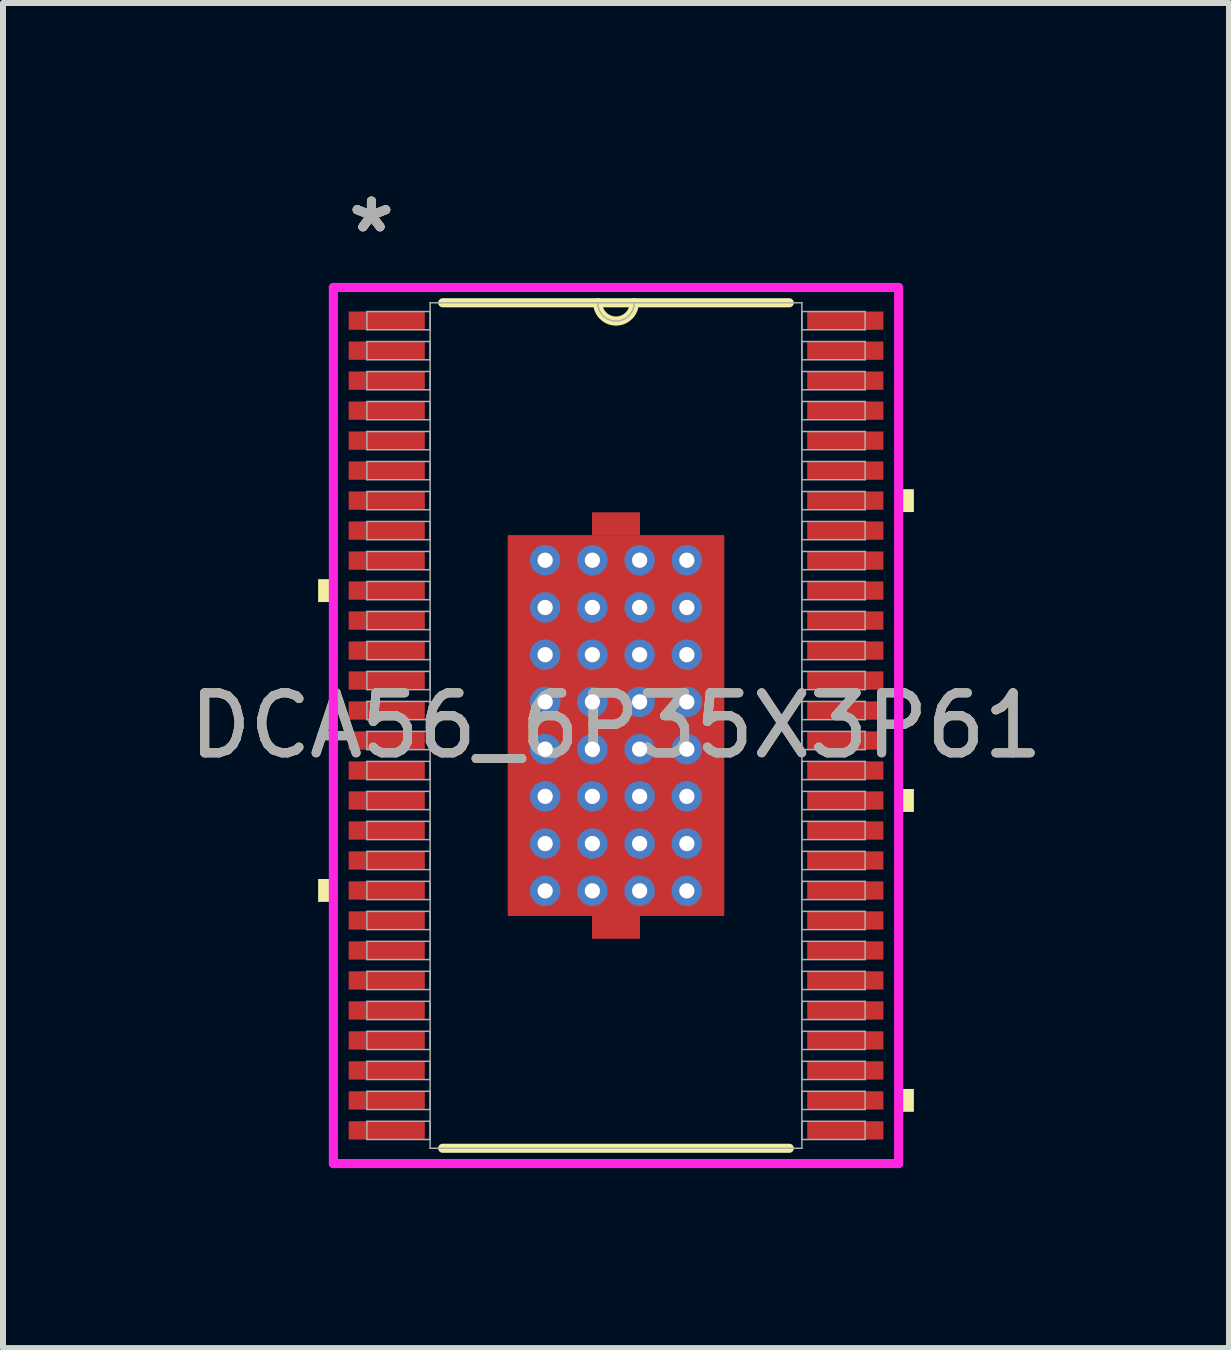
<source format=kicad_pcb>
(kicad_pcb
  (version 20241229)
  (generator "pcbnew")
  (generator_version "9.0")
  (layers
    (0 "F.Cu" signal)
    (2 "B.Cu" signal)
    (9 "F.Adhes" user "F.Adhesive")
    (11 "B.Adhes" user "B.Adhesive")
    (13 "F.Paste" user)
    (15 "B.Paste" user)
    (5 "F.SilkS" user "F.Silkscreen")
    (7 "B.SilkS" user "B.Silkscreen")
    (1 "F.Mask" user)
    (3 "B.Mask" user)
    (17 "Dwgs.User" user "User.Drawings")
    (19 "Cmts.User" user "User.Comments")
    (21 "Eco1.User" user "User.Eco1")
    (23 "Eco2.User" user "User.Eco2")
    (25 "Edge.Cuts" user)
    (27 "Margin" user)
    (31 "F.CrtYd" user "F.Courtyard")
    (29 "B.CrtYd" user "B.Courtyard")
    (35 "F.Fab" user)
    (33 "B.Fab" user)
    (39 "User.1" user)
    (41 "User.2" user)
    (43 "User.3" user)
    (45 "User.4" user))
  (footprint "DCA56_6P35X3P61"
    (layer "F.Cu")
    (at 7.22 9.046)
    (property "Reference" "DCA56_6P35X3P61" (at 0 0 0) (unlocked yes) (layer "F.SilkS") (effects (font (size 1 1) (thickness 0.15))))
    (attr smd)
    (fp_poly (pts (xy -0.4 -3.175) (xy -0.4 -3.555) (xy 0.4 -3.555) (xy 0.4 -3.175)) (stroke (width 0) (type solid)) (fill yes) (layer "F.Cu"))
    (fp_poly (pts (xy -0.4 3.175) (xy -0.4 3.555) (xy 0.4 3.555) (xy 0.4 3.175)) (stroke (width 0) (type solid)) (fill yes) (layer "F.Cu"))
    (fp_poly (pts (xy -1.869 -3.239) (xy -1.381 -3.239) (xy -1.381 3.239) (xy -1.869 3.239)) (stroke (width 0) (type solid)) (fill yes) (layer "F.Mask"))
    (fp_poly (pts (xy -1.869 -3.239) (xy 1.869 -3.239) (xy 1.869 -2.956) (xy -1.869 -2.956)) (stroke (width 0) (type solid)) (fill yes) (layer "F.Mask"))
    (fp_poly (pts (xy -1.869 -2.556) (xy 1.869 -2.556) (xy 1.869 -2.168) (xy -1.869 -2.168)) (stroke (width 0) (type solid)) (fill yes) (layer "F.Mask"))
    (fp_poly (pts (xy -1.869 -1.768) (xy 1.869 -1.768) (xy 1.869 -1.381) (xy -1.869 -1.381)) (stroke (width 0) (type solid)) (fill yes) (layer "F.Mask"))
    (fp_poly (pts (xy -1.869 -0.981) (xy 1.869 -0.981) (xy 1.869 -0.594) (xy -1.869 -0.594)) (stroke (width 0) (type solid)) (fill yes) (layer "F.Mask"))
    (fp_poly (pts (xy -1.869 -0.194) (xy 1.869 -0.194) (xy 1.869 0.194) (xy -1.869 0.194)) (stroke (width 0) (type solid)) (fill yes) (layer "F.Mask"))
    (fp_poly (pts (xy -1.869 0.594) (xy 1.869 0.594) (xy 1.869 0.981) (xy -1.869 0.981)) (stroke (width 0) (type solid)) (fill yes) (layer "F.Mask"))
    (fp_poly (pts (xy -1.869 1.381) (xy 1.869 1.381) (xy 1.869 1.768) (xy -1.869 1.768)) (stroke (width 0) (type solid)) (fill yes) (layer "F.Mask"))
    (fp_poly (pts (xy -1.869 2.168) (xy 1.869 2.168) (xy 1.869 2.556) (xy -1.869 2.556)) (stroke (width 0) (type solid)) (fill yes) (layer "F.Mask"))
    (fp_poly (pts (xy -1.869 2.956) (xy 1.869 2.956) (xy 1.869 3.239) (xy -1.869 3.239)) (stroke (width 0) (type solid)) (fill yes) (layer "F.Mask"))
    (fp_poly (pts (xy -0.594 -3.239) (xy -0.981 -3.239) (xy -0.981 3.239) (xy -0.594 3.239)) (stroke (width 0) (type solid)) (fill yes) (layer "F.Mask"))
    (fp_poly (pts (xy -0.4 -3.175) (xy -0.4 -3.555) (xy 0.4 -3.555) (xy 0.4 -3.175)) (stroke (width 0) (type solid)) (fill yes) (layer "F.Mask"))
    (fp_poly (pts (xy -0.4 3.175) (xy -0.4 3.555) (xy 0.4 3.555) (xy 0.4 3.175)) (stroke (width 0) (type solid)) (fill yes) (layer "F.Mask"))
    (fp_poly (pts (xy 0.194 -3.239) (xy -0.194 -3.239) (xy -0.194 3.239) (xy 0.194 3.239)) (stroke (width 0) (type solid)) (fill yes) (layer "F.Mask"))
    (fp_poly (pts (xy 0.981 -3.239) (xy 0.594 -3.239) (xy 0.594 3.239) (xy 0.981 3.239)) (stroke (width 0) (type solid)) (fill yes) (layer "F.Mask"))
    (fp_poly (pts (xy 1.381 -3.239) (xy 1.869 -3.239) (xy 1.869 3.239) (xy 1.381 3.239)) (stroke (width 0) (type solid)) (fill yes) (layer "F.Mask"))
    (fp_line (start -2.889 7.048) (end 2.889 7.048) (stroke (width 0.152) (type solid)) (layer "F.SilkS"))
    (fp_line (start 2.889 -7.048) (end -2.889 -7.048) (stroke (width 0.152) (type solid)) (layer "F.SilkS"))
    (fp_arc (start 0.3048 -7.0485) (mid 0 -6.7437) (end -0.3048 -7.0485) (stroke (width 0.1524) (type solid)) (layer "F.SilkS"))
    (fp_poly (pts (xy -4.966 -2.44) (xy -4.966 -2.059) (xy -4.712 -2.059) (xy -4.712 -2.44)) (stroke (width 0) (type solid)) (fill yes) (layer "F.SilkS"))
    (fp_poly (pts (xy -4.966 2.559) (xy -4.966 2.94) (xy -4.712 2.94) (xy -4.712 2.559)) (stroke (width 0) (type solid)) (fill yes) (layer "F.SilkS"))
    (fp_poly (pts (xy 4.966 -3.94) (xy 4.966 -3.559) (xy 4.712 -3.559) (xy 4.712 -3.94)) (stroke (width 0) (type solid)) (fill yes) (layer "F.SilkS"))
    (fp_poly (pts (xy 4.966 1.059) (xy 4.966 1.44) (xy 4.712 1.44) (xy 4.712 1.059)) (stroke (width 0) (type solid)) (fill yes) (layer "F.SilkS"))
    (fp_poly (pts (xy 4.966 6.059) (xy 4.966 6.44) (xy 4.712 6.44) (xy 4.712 6.059)) (stroke (width 0) (type solid)) (fill yes) (layer "F.SilkS"))
    (fp_poly (pts (xy -1.73 -3.1) (xy -1.73 -2.856) (xy -1.423 -2.856) (xy -1.281 -2.997) (xy -1.281 -3.1)) (stroke (width 0) (type solid)) (fill yes) (layer "F.Paste"))
    (fp_poly (pts (xy -1.73 2.856) (xy -1.73 3.1) (xy -1.281 3.1) (xy -1.281 2.997) (xy -1.423 2.856)) (stroke (width 0) (type solid)) (fill yes) (layer "F.Paste"))
    (fp_poly (pts (xy 1.281 -3.1) (xy 1.281 -2.997) (xy 1.423 -2.856) (xy 1.73 -2.856) (xy 1.73 -3.1)) (stroke (width 0) (type solid)) (fill yes) (layer "F.Paste"))
    (fp_poly (pts (xy 1.423 2.856) (xy 1.281 2.997) (xy 1.281 3.1) (xy 1.73 3.1) (xy 1.73 2.856)) (stroke (width 0) (type solid)) (fill yes) (layer "F.Paste"))
    (fp_poly (pts (xy -1.73 -2.656) (xy -1.73 -2.068) (xy -1.423 -2.068) (xy -1.281 -2.21) (xy -1.281 -2.514) (xy -1.423 -2.656)) (stroke (width 0) (type solid)) (fill yes) (layer "F.Paste"))
    (fp_poly (pts (xy -1.73 -1.869) (xy -1.73 -1.281) (xy -1.423 -1.281) (xy -1.281 -1.423) (xy -1.281 -1.727) (xy -1.423 -1.869)) (stroke (width 0) (type solid)) (fill yes) (layer "F.Paste"))
    (fp_poly (pts (xy -1.73 -1.081) (xy -1.73 -0.494) (xy -1.423 -0.494) (xy -1.281 -0.635) (xy -1.281 -0.94) (xy -1.423 -1.081)) (stroke (width 0) (type solid)) (fill yes) (layer "F.Paste"))
    (fp_poly (pts (xy -1.73 -0.294) (xy -1.73 0.294) (xy -1.423 0.294) (xy -1.281 0.152) (xy -1.281 -0.152) (xy -1.423 -0.294)) (stroke (width 0) (type solid)) (fill yes) (layer "F.Paste"))
    (fp_poly (pts (xy -1.73 0.494) (xy -1.73 1.081) (xy -1.423 1.081) (xy -1.281 0.94) (xy -1.281 0.635) (xy -1.423 0.494)) (stroke (width 0) (type solid)) (fill yes) (layer "F.Paste"))
    (fp_poly (pts (xy -1.73 1.281) (xy -1.73 1.869) (xy -1.423 1.869) (xy -1.281 1.727) (xy -1.281 1.423) (xy -1.423 1.281)) (stroke (width 0) (type solid)) (fill yes) (layer "F.Paste"))
    (fp_poly (pts (xy -1.73 2.068) (xy -1.73 2.656) (xy -1.423 2.656) (xy -1.281 2.514) (xy -1.281 2.21) (xy -1.423 2.068)) (stroke (width 0) (type solid)) (fill yes) (layer "F.Paste"))
    (fp_poly (pts (xy -1.081 -3.1) (xy -1.081 -2.997) (xy -0.94 -2.856) (xy -0.635 -2.856) (xy -0.494 -2.997) (xy -0.494 -3.1)) (stroke (width 0) (type solid)) (fill yes) (layer "F.Paste"))
    (fp_poly (pts (xy -0.94 2.856) (xy -1.081 2.997) (xy -1.081 3.1) (xy -0.494 3.1) (xy -0.494 2.997) (xy -0.635 2.856)) (stroke (width 0) (type solid)) (fill yes) (layer "F.Paste"))
    (fp_poly (pts (xy -0.294 -3.1) (xy -0.294 -2.997) (xy -0.152 -2.856) (xy 0.152 -2.856) (xy 0.294 -2.997) (xy 0.294 -3.1)) (stroke (width 0) (type solid)) (fill yes) (layer "F.Paste"))
    (fp_poly (pts (xy -0.152 2.856) (xy -0.294 2.997) (xy -0.294 3.1) (xy 0.294 3.1) (xy 0.294 2.997) (xy 0.152 2.856)) (stroke (width 0) (type solid)) (fill yes) (layer "F.Paste"))
    (fp_poly (pts (xy 0.494 -3.1) (xy 0.494 -2.997) (xy 0.635 -2.856) (xy 0.94 -2.856) (xy 1.081 -2.997) (xy 1.081 -3.1)) (stroke (width 0) (type solid)) (fill yes) (layer "F.Paste"))
    (fp_poly (pts (xy 0.635 2.856) (xy 0.494 2.997) (xy 0.494 3.1) (xy 1.081 3.1) (xy 1.081 2.997) (xy 0.94 2.856)) (stroke (width 0) (type solid)) (fill yes) (layer "F.Paste"))
    (fp_poly (pts (xy 1.423 -2.656) (xy 1.281 -2.514) (xy 1.281 -2.21) (xy 1.423 -2.068) (xy 1.73 -2.068) (xy 1.73 -2.656)) (stroke (width 0) (type solid)) (fill yes) (layer "F.Paste"))
    (fp_poly (pts (xy 1.423 -1.869) (xy 1.281 -1.727) (xy 1.281 -1.423) (xy 1.423 -1.281) (xy 1.73 -1.281) (xy 1.73 -1.869)) (stroke (width 0) (type solid)) (fill yes) (layer "F.Paste"))
    (fp_poly (pts (xy 1.423 -1.081) (xy 1.281 -0.94) (xy 1.281 -0.635) (xy 1.423 -0.494) (xy 1.73 -0.494) (xy 1.73 -1.081)) (stroke (width 0) (type solid)) (fill yes) (layer "F.Paste"))
    (fp_poly (pts (xy 1.423 -0.294) (xy 1.281 -0.152) (xy 1.281 0.152) (xy 1.423 0.294) (xy 1.73 0.294) (xy 1.73 -0.294)) (stroke (width 0) (type solid)) (fill yes) (layer "F.Paste"))
    (fp_poly (pts (xy 1.423 0.494) (xy 1.281 0.635) (xy 1.281 0.94) (xy 1.423 1.081) (xy 1.73 1.081) (xy 1.73 0.494)) (stroke (width 0) (type solid)) (fill yes) (layer "F.Paste"))
    (fp_poly (pts (xy 1.423 1.281) (xy 1.281 1.423) (xy 1.281 1.727) (xy 1.423 1.869) (xy 1.73 1.869) (xy 1.73 1.281)) (stroke (width 0) (type solid)) (fill yes) (layer "F.Paste"))
    (fp_poly (pts (xy 1.423 2.068) (xy 1.281 2.21) (xy 1.281 2.514) (xy 1.423 2.656) (xy 1.73 2.656) (xy 1.73 2.068)) (stroke (width 0) (type solid)) (fill yes) (layer "F.Paste"))
    (fp_poly (pts (xy -0.94 -2.656) (xy -1.081 -2.514) (xy -1.081 -2.21) (xy -0.94 -2.068) (xy -0.635 -2.068) (xy -0.494 -2.21) (xy -0.494 -2.514) (xy -0.635 -2.656)) (stroke (width 0) (type solid)) (fill yes) (layer "F.Paste"))
    (fp_poly (pts (xy -0.94 -1.869) (xy -1.081 -1.727) (xy -1.081 -1.423) (xy -0.94 -1.281) (xy -0.635 -1.281) (xy -0.494 -1.423) (xy -0.494 -1.727) (xy -0.635 -1.869)) (stroke (width 0) (type solid)) (fill yes) (layer "F.Paste"))
    (fp_poly (pts (xy -0.94 -1.081) (xy -1.081 -0.94) (xy -1.081 -0.635) (xy -0.94 -0.494) (xy -0.635 -0.494) (xy -0.494 -0.635) (xy -0.494 -0.94) (xy -0.635 -1.081)) (stroke (width 0) (type solid)) (fill yes) (layer "F.Paste"))
    (fp_poly (pts (xy -0.94 -0.294) (xy -1.081 -0.152) (xy -1.081 0.152) (xy -0.94 0.294) (xy -0.635 0.294) (xy -0.494 0.152) (xy -0.494 -0.152) (xy -0.635 -0.294)) (stroke (width 0) (type solid)) (fill yes) (layer "F.Paste"))
    (fp_poly (pts (xy -0.94 0.494) (xy -1.081 0.635) (xy -1.081 0.94) (xy -0.94 1.081) (xy -0.635 1.081) (xy -0.494 0.94) (xy -0.494 0.635) (xy -0.635 0.494)) (stroke (width 0) (type solid)) (fill yes) (layer "F.Paste"))
    (fp_poly (pts (xy -0.94 1.281) (xy -1.081 1.423) (xy -1.081 1.727) (xy -0.94 1.869) (xy -0.635 1.869) (xy -0.494 1.727) (xy -0.494 1.423) (xy -0.635 1.281)) (stroke (width 0) (type solid)) (fill yes) (layer "F.Paste"))
    (fp_poly (pts (xy -0.94 2.068) (xy -1.081 2.21) (xy -1.081 2.514) (xy -0.94 2.656) (xy -0.635 2.656) (xy -0.494 2.514) (xy -0.494 2.21) (xy -0.635 2.068)) (stroke (width 0) (type solid)) (fill yes) (layer "F.Paste"))
    (fp_poly (pts (xy -0.152 -2.656) (xy -0.294 -2.514) (xy -0.294 -2.21) (xy -0.152 -2.068) (xy 0.152 -2.068) (xy 0.294 -2.21) (xy 0.294 -2.514) (xy 0.152 -2.656)) (stroke (width 0) (type solid)) (fill yes) (layer "F.Paste"))
    (fp_poly (pts (xy -0.152 -1.869) (xy -0.294 -1.727) (xy -0.294 -1.423) (xy -0.152 -1.281) (xy 0.152 -1.281) (xy 0.294 -1.423) (xy 0.294 -1.727) (xy 0.152 -1.869)) (stroke (width 0) (type solid)) (fill yes) (layer "F.Paste"))
    (fp_poly (pts (xy -0.152 -1.081) (xy -0.294 -0.94) (xy -0.294 -0.635) (xy -0.152 -0.494) (xy 0.152 -0.494) (xy 0.294 -0.635) (xy 0.294 -0.94) (xy 0.152 -1.081)) (stroke (width 0) (type solid)) (fill yes) (layer "F.Paste"))
    (fp_poly (pts (xy -0.152 -0.294) (xy -0.294 -0.152) (xy -0.294 0.152) (xy -0.152 0.294) (xy 0.152 0.294) (xy 0.294 0.152) (xy 0.294 -0.152) (xy 0.152 -0.294)) (stroke (width 0) (type solid)) (fill yes) (layer "F.Paste"))
    (fp_poly (pts (xy -0.152 0.494) (xy -0.294 0.635) (xy -0.294 0.94) (xy -0.152 1.081) (xy 0.152 1.081) (xy 0.294 0.94) (xy 0.294 0.635) (xy 0.152 0.494)) (stroke (width 0) (type solid)) (fill yes) (layer "F.Paste"))
    (fp_poly (pts (xy -0.152 1.281) (xy -0.294 1.423) (xy -0.294 1.727) (xy -0.152 1.869) (xy 0.152 1.869) (xy 0.294 1.727) (xy 0.294 1.423) (xy 0.152 1.281)) (stroke (width 0) (type solid)) (fill yes) (layer "F.Paste"))
    (fp_poly (pts (xy -0.152 2.068) (xy -0.294 2.21) (xy -0.294 2.514) (xy -0.152 2.656) (xy 0.152 2.656) (xy 0.294 2.514) (xy 0.294 2.21) (xy 0.152 2.068)) (stroke (width 0) (type solid)) (fill yes) (layer "F.Paste"))
    (fp_poly (pts (xy 0.635 -2.656) (xy 0.494 -2.514) (xy 0.494 -2.21) (xy 0.635 -2.068) (xy 0.94 -2.068) (xy 1.081 -2.21) (xy 1.081 -2.514) (xy 0.94 -2.656)) (stroke (width 0) (type solid)) (fill yes) (layer "F.Paste"))
    (fp_poly (pts (xy 0.635 -1.869) (xy 0.494 -1.727) (xy 0.494 -1.423) (xy 0.635 -1.281) (xy 0.94 -1.281) (xy 1.081 -1.423) (xy 1.081 -1.727) (xy 0.94 -1.869)) (stroke (width 0) (type solid)) (fill yes) (layer "F.Paste"))
    (fp_poly (pts (xy 0.635 -1.081) (xy 0.494 -0.94) (xy 0.494 -0.635) (xy 0.635 -0.494) (xy 0.94 -0.494) (xy 1.081 -0.635) (xy 1.081 -0.94) (xy 0.94 -1.081)) (stroke (width 0) (type solid)) (fill yes) (layer "F.Paste"))
    (fp_poly (pts (xy 0.635 -0.294) (xy 0.494 -0.152) (xy 0.494 0.152) (xy 0.635 0.294) (xy 0.94 0.294) (xy 1.081 0.152) (xy 1.081 -0.152) (xy 0.94 -0.294)) (stroke (width 0) (type solid)) (fill yes) (layer "F.Paste"))
    (fp_poly (pts (xy 0.635 0.494) (xy 0.494 0.635) (xy 0.494 0.94) (xy 0.635 1.081) (xy 0.94 1.081) (xy 1.081 0.94) (xy 1.081 0.635) (xy 0.94 0.494)) (stroke (width 0) (type solid)) (fill yes) (layer "F.Paste"))
    (fp_poly (pts (xy 0.635 1.281) (xy 0.494 1.423) (xy 0.494 1.727) (xy 0.635 1.869) (xy 0.94 1.869) (xy 1.081 1.727) (xy 1.081 1.423) (xy 0.94 1.281)) (stroke (width 0) (type solid)) (fill yes) (layer "F.Paste"))
    (fp_poly (pts (xy 0.635 2.068) (xy 0.494 2.21) (xy 0.494 2.514) (xy 0.635 2.656) (xy 0.94 2.656) (xy 1.081 2.514) (xy 1.081 2.21) (xy 0.94 2.068)) (stroke (width 0) (type solid)) (fill yes) (layer "F.Paste"))
    (fp_line (start -4.712 -7.303) (end 4.712 -7.303) (stroke (width 0.152) (type solid)) (layer "F.CrtYd"))
    (fp_line (start -4.712 7.303) (end -4.712 -7.303) (stroke (width 0.152) (type solid)) (layer "F.CrtYd"))
    (fp_line (start 4.712 -7.303) (end 4.712 7.303) (stroke (width 0.152) (type solid)) (layer "F.CrtYd"))
    (fp_line (start 4.712 7.303) (end -4.712 7.303) (stroke (width 0.152) (type solid)) (layer "F.CrtYd"))
    (fp_line (start -4.153 -6.902) (end -4.153 -6.598) (stroke (width 0.025) (type solid)) (layer "F.Fab"))
    (fp_line (start -4.153 -6.598) (end -3.099 -6.598) (stroke (width 0.025) (type solid)) (layer "F.Fab"))
    (fp_line (start -4.153 -6.402) (end -4.153 -6.098) (stroke (width 0.025) (type solid)) (layer "F.Fab"))
    (fp_line (start -4.153 -6.098) (end -3.099 -6.098) (stroke (width 0.025) (type solid)) (layer "F.Fab"))
    (fp_line (start -4.153 -5.902) (end -4.153 -5.598) (stroke (width 0.025) (type solid)) (layer "F.Fab"))
    (fp_line (start -4.153 -5.598) (end -3.099 -5.598) (stroke (width 0.025) (type solid)) (layer "F.Fab"))
    (fp_line (start -4.153 -5.402) (end -4.153 -5.098) (stroke (width 0.025) (type solid)) (layer "F.Fab"))
    (fp_line (start -4.153 -5.098) (end -3.099 -5.098) (stroke (width 0.025) (type solid)) (layer "F.Fab"))
    (fp_line (start -4.153 -4.902) (end -4.153 -4.598) (stroke (width 0.025) (type solid)) (layer "F.Fab"))
    (fp_line (start -4.153 -4.598) (end -3.099 -4.598) (stroke (width 0.025) (type solid)) (layer "F.Fab"))
    (fp_line (start -4.153 -4.402) (end -4.153 -4.098) (stroke (width 0.025) (type solid)) (layer "F.Fab"))
    (fp_line (start -4.153 -4.098) (end -3.099 -4.098) (stroke (width 0.025) (type solid)) (layer "F.Fab"))
    (fp_line (start -4.153 -3.902) (end -4.153 -3.598) (stroke (width 0.025) (type solid)) (layer "F.Fab"))
    (fp_line (start -4.153 -3.598) (end -3.099 -3.598) (stroke (width 0.025) (type solid)) (layer "F.Fab"))
    (fp_line (start -4.153 -3.402) (end -4.153 -3.098) (stroke (width 0.025) (type solid)) (layer "F.Fab"))
    (fp_line (start -4.153 -3.098) (end -3.099 -3.098) (stroke (width 0.025) (type solid)) (layer "F.Fab"))
    (fp_line (start -4.153 -2.902) (end -4.153 -2.598) (stroke (width 0.025) (type solid)) (layer "F.Fab"))
    (fp_line (start -4.153 -2.598) (end -3.099 -2.598) (stroke (width 0.025) (type solid)) (layer "F.Fab"))
    (fp_line (start -4.153 -2.402) (end -4.153 -2.098) (stroke (width 0.025) (type solid)) (layer "F.Fab"))
    (fp_line (start -4.153 -2.098) (end -3.099 -2.098) (stroke (width 0.025) (type solid)) (layer "F.Fab"))
    (fp_line (start -4.153 -1.902) (end -4.153 -1.598) (stroke (width 0.025) (type solid)) (layer "F.Fab"))
    (fp_line (start -4.153 -1.598) (end -3.099 -1.598) (stroke (width 0.025) (type solid)) (layer "F.Fab"))
    (fp_line (start -4.153 -1.402) (end -4.153 -1.098) (stroke (width 0.025) (type solid)) (layer "F.Fab"))
    (fp_line (start -4.153 -1.098) (end -3.099 -1.098) (stroke (width 0.025) (type solid)) (layer "F.Fab"))
    (fp_line (start -4.153 -0.902) (end -4.153 -0.598) (stroke (width 0.025) (type solid)) (layer "F.Fab"))
    (fp_line (start -4.153 -0.598) (end -3.099 -0.598) (stroke (width 0.025) (type solid)) (layer "F.Fab"))
    (fp_line (start -4.153 -0.402) (end -4.153 -0.098) (stroke (width 0.025) (type solid)) (layer "F.Fab"))
    (fp_line (start -4.153 -0.098) (end -3.099 -0.098) (stroke (width 0.025) (type solid)) (layer "F.Fab"))
    (fp_line (start -4.153 0.098) (end -4.153 0.402) (stroke (width 0.025) (type solid)) (layer "F.Fab"))
    (fp_line (start -4.153 0.402) (end -3.099 0.402) (stroke (width 0.025) (type solid)) (layer "F.Fab"))
    (fp_line (start -4.153 0.598) (end -4.153 0.902) (stroke (width 0.025) (type solid)) (layer "F.Fab"))
    (fp_line (start -4.153 0.902) (end -3.099 0.902) (stroke (width 0.025) (type solid)) (layer "F.Fab"))
    (fp_line (start -4.153 1.098) (end -4.153 1.402) (stroke (width 0.025) (type solid)) (layer "F.Fab"))
    (fp_line (start -4.153 1.402) (end -3.099 1.402) (stroke (width 0.025) (type solid)) (layer "F.Fab"))
    (fp_line (start -4.153 1.598) (end -4.153 1.902) (stroke (width 0.025) (type solid)) (layer "F.Fab"))
    (fp_line (start -4.153 1.902) (end -3.099 1.902) (stroke (width 0.025) (type solid)) (layer "F.Fab"))
    (fp_line (start -4.153 2.098) (end -4.153 2.402) (stroke (width 0.025) (type solid)) (layer "F.Fab"))
    (fp_line (start -4.153 2.402) (end -3.099 2.402) (stroke (width 0.025) (type solid)) (layer "F.Fab"))
    (fp_line (start -4.153 2.598) (end -4.153 2.902) (stroke (width 0.025) (type solid)) (layer "F.Fab"))
    (fp_line (start -4.153 2.902) (end -3.099 2.902) (stroke (width 0.025) (type solid)) (layer "F.Fab"))
    (fp_line (start -4.153 3.098) (end -4.153 3.402) (stroke (width 0.025) (type solid)) (layer "F.Fab"))
    (fp_line (start -4.153 3.402) (end -3.099 3.402) (stroke (width 0.025) (type solid)) (layer "F.Fab"))
    (fp_line (start -4.153 3.598) (end -4.153 3.902) (stroke (width 0.025) (type solid)) (layer "F.Fab"))
    (fp_line (start -4.153 3.902) (end -3.099 3.902) (stroke (width 0.025) (type solid)) (layer "F.Fab"))
    (fp_line (start -4.153 4.098) (end -4.153 4.402) (stroke (width 0.025) (type solid)) (layer "F.Fab"))
    (fp_line (start -4.153 4.402) (end -3.099 4.402) (stroke (width 0.025) (type solid)) (layer "F.Fab"))
    (fp_line (start -4.153 4.598) (end -4.153 4.902) (stroke (width 0.025) (type solid)) (layer "F.Fab"))
    (fp_line (start -4.153 4.902) (end -3.099 4.902) (stroke (width 0.025) (type solid)) (layer "F.Fab"))
    (fp_line (start -4.153 5.098) (end -4.153 5.402) (stroke (width 0.025) (type solid)) (layer "F.Fab"))
    (fp_line (start -4.153 5.402) (end -3.099 5.402) (stroke (width 0.025) (type solid)) (layer "F.Fab"))
    (fp_line (start -4.153 5.598) (end -4.153 5.902) (stroke (width 0.025) (type solid)) (layer "F.Fab"))
    (fp_line (start -4.153 5.902) (end -3.099 5.902) (stroke (width 0.025) (type solid)) (layer "F.Fab"))
    (fp_line (start -4.153 6.098) (end -4.153 6.402) (stroke (width 0.025) (type solid)) (layer "F.Fab"))
    (fp_line (start -4.153 6.402) (end -3.099 6.402) (stroke (width 0.025) (type solid)) (layer "F.Fab"))
    (fp_line (start -4.153 6.598) (end -4.153 6.902) (stroke (width 0.025) (type solid)) (layer "F.Fab"))
    (fp_line (start -4.153 6.902) (end -3.099 6.902) (stroke (width 0.025) (type solid)) (layer "F.Fab"))
    (fp_line (start -3.099 -7.048) (end -3.099 7.048) (stroke (width 0.025) (type solid)) (layer "F.Fab"))
    (fp_line (start -3.099 -6.902) (end -4.153 -6.902) (stroke (width 0.025) (type solid)) (layer "F.Fab"))
    (fp_line (start -3.099 -6.598) (end -3.099 -6.902) (stroke (width 0.025) (type solid)) (layer "F.Fab"))
    (fp_line (start -3.099 -6.402) (end -4.153 -6.402) (stroke (width 0.025) (type solid)) (layer "F.Fab"))
    (fp_line (start -3.099 -6.098) (end -3.099 -6.402) (stroke (width 0.025) (type solid)) (layer "F.Fab"))
    (fp_line (start -3.099 -5.902) (end -4.153 -5.902) (stroke (width 0.025) (type solid)) (layer "F.Fab"))
    (fp_line (start -3.099 -5.598) (end -3.099 -5.902) (stroke (width 0.025) (type solid)) (layer "F.Fab"))
    (fp_line (start -3.099 -5.402) (end -4.153 -5.402) (stroke (width 0.025) (type solid)) (layer "F.Fab"))
    (fp_line (start -3.099 -5.098) (end -3.099 -5.402) (stroke (width 0.025) (type solid)) (layer "F.Fab"))
    (fp_line (start -3.099 -4.902) (end -4.153 -4.902) (stroke (width 0.025) (type solid)) (layer "F.Fab"))
    (fp_line (start -3.099 -4.598) (end -3.099 -4.902) (stroke (width 0.025) (type solid)) (layer "F.Fab"))
    (fp_line (start -3.099 -4.402) (end -4.153 -4.402) (stroke (width 0.025) (type solid)) (layer "F.Fab"))
    (fp_line (start -3.099 -4.098) (end -3.099 -4.402) (stroke (width 0.025) (type solid)) (layer "F.Fab"))
    (fp_line (start -3.099 -3.902) (end -4.153 -3.902) (stroke (width 0.025) (type solid)) (layer "F.Fab"))
    (fp_line (start -3.099 -3.598) (end -3.099 -3.902) (stroke (width 0.025) (type solid)) (layer "F.Fab"))
    (fp_line (start -3.099 -3.402) (end -4.153 -3.402) (stroke (width 0.025) (type solid)) (layer "F.Fab"))
    (fp_line (start -3.099 -3.098) (end -3.099 -3.402) (stroke (width 0.025) (type solid)) (layer "F.Fab"))
    (fp_line (start -3.099 -2.902) (end -4.153 -2.902) (stroke (width 0.025) (type solid)) (layer "F.Fab"))
    (fp_line (start -3.099 -2.598) (end -3.099 -2.902) (stroke (width 0.025) (type solid)) (layer "F.Fab"))
    (fp_line (start -3.099 -2.402) (end -4.153 -2.402) (stroke (width 0.025) (type solid)) (layer "F.Fab"))
    (fp_line (start -3.099 -2.098) (end -3.099 -2.402) (stroke (width 0.025) (type solid)) (layer "F.Fab"))
    (fp_line (start -3.099 -1.902) (end -4.153 -1.902) (stroke (width 0.025) (type solid)) (layer "F.Fab"))
    (fp_line (start -3.099 -1.598) (end -3.099 -1.902) (stroke (width 0.025) (type solid)) (layer "F.Fab"))
    (fp_line (start -3.099 -1.402) (end -4.153 -1.402) (stroke (width 0.025) (type solid)) (layer "F.Fab"))
    (fp_line (start -3.099 -1.098) (end -3.099 -1.402) (stroke (width 0.025) (type solid)) (layer "F.Fab"))
    (fp_line (start -3.099 -0.902) (end -4.153 -0.902) (stroke (width 0.025) (type solid)) (layer "F.Fab"))
    (fp_line (start -3.099 -0.598) (end -3.099 -0.902) (stroke (width 0.025) (type solid)) (layer "F.Fab"))
    (fp_line (start -3.099 -0.402) (end -4.153 -0.402) (stroke (width 0.025) (type solid)) (layer "F.Fab"))
    (fp_line (start -3.099 -0.098) (end -3.099 -0.402) (stroke (width 0.025) (type solid)) (layer "F.Fab"))
    (fp_line (start -3.099 0.098) (end -4.153 0.098) (stroke (width 0.025) (type solid)) (layer "F.Fab"))
    (fp_line (start -3.099 0.402) (end -3.099 0.098) (stroke (width 0.025) (type solid)) (layer "F.Fab"))
    (fp_line (start -3.099 0.598) (end -4.153 0.598) (stroke (width 0.025) (type solid)) (layer "F.Fab"))
    (fp_line (start -3.099 0.902) (end -3.099 0.598) (stroke (width 0.025) (type solid)) (layer "F.Fab"))
    (fp_line (start -3.099 1.098) (end -4.153 1.098) (stroke (width 0.025) (type solid)) (layer "F.Fab"))
    (fp_line (start -3.099 1.402) (end -3.099 1.098) (stroke (width 0.025) (type solid)) (layer "F.Fab"))
    (fp_line (start -3.099 1.598) (end -4.153 1.598) (stroke (width 0.025) (type solid)) (layer "F.Fab"))
    (fp_line (start -3.099 1.902) (end -3.099 1.598) (stroke (width 0.025) (type solid)) (layer "F.Fab"))
    (fp_line (start -3.099 2.098) (end -4.153 2.098) (stroke (width 0.025) (type solid)) (layer "F.Fab"))
    (fp_line (start -3.099 2.402) (end -3.099 2.098) (stroke (width 0.025) (type solid)) (layer "F.Fab"))
    (fp_line (start -3.099 2.598) (end -4.153 2.598) (stroke (width 0.025) (type solid)) (layer "F.Fab"))
    (fp_line (start -3.099 2.902) (end -3.099 2.598) (stroke (width 0.025) (type solid)) (layer "F.Fab"))
    (fp_line (start -3.099 3.098) (end -4.153 3.098) (stroke (width 0.025) (type solid)) (layer "F.Fab"))
    (fp_line (start -3.099 3.402) (end -3.099 3.098) (stroke (width 0.025) (type solid)) (layer "F.Fab"))
    (fp_line (start -3.099 3.598) (end -4.153 3.598) (stroke (width 0.025) (type solid)) (layer "F.Fab"))
    (fp_line (start -3.099 3.902) (end -3.099 3.598) (stroke (width 0.025) (type solid)) (layer "F.Fab"))
    (fp_line (start -3.099 4.098) (end -4.153 4.098) (stroke (width 0.025) (type solid)) (layer "F.Fab"))
    (fp_line (start -3.099 4.402) (end -3.099 4.098) (stroke (width 0.025) (type solid)) (layer "F.Fab"))
    (fp_line (start -3.099 4.598) (end -4.153 4.598) (stroke (width 0.025) (type solid)) (layer "F.Fab"))
    (fp_line (start -3.099 4.902) (end -3.099 4.598) (stroke (width 0.025) (type solid)) (layer "F.Fab"))
    (fp_line (start -3.099 5.098) (end -4.153 5.098) (stroke (width 0.025) (type solid)) (layer "F.Fab"))
    (fp_line (start -3.099 5.402) (end -3.099 5.098) (stroke (width 0.025) (type solid)) (layer "F.Fab"))
    (fp_line (start -3.099 5.598) (end -4.153 5.598) (stroke (width 0.025) (type solid)) (layer "F.Fab"))
    (fp_line (start -3.099 5.902) (end -3.099 5.598) (stroke (width 0.025) (type solid)) (layer "F.Fab"))
    (fp_line (start -3.099 6.098) (end -4.153 6.098) (stroke (width 0.025) (type solid)) (layer "F.Fab"))
    (fp_line (start -3.099 6.402) (end -3.099 6.098) (stroke (width 0.025) (type solid)) (layer "F.Fab"))
    (fp_line (start -3.099 6.598) (end -4.153 6.598) (stroke (width 0.025) (type solid)) (layer "F.Fab"))
    (fp_line (start -3.099 6.902) (end -3.099 6.598) (stroke (width 0.025) (type solid)) (layer "F.Fab"))
    (fp_line (start -3.099 7.048) (end 3.099 7.048) (stroke (width 0.025) (type solid)) (layer "F.Fab"))
    (fp_line (start 3.099 -7.048) (end -3.099 -7.048) (stroke (width 0.025) (type solid)) (layer "F.Fab"))
    (fp_line (start 3.099 -6.902) (end 3.099 -6.598) (stroke (width 0.025) (type solid)) (layer "F.Fab"))
    (fp_line (start 3.099 -6.598) (end 4.153 -6.598) (stroke (width 0.025) (type solid)) (layer "F.Fab"))
    (fp_line (start 3.099 -6.402) (end 3.099 -6.098) (stroke (width 0.025) (type solid)) (layer "F.Fab"))
    (fp_line (start 3.099 -6.098) (end 4.153 -6.098) (stroke (width 0.025) (type solid)) (layer "F.Fab"))
    (fp_line (start 3.099 -5.902) (end 3.099 -5.598) (stroke (width 0.025) (type solid)) (layer "F.Fab"))
    (fp_line (start 3.099 -5.598) (end 4.153 -5.598) (stroke (width 0.025) (type solid)) (layer "F.Fab"))
    (fp_line (start 3.099 -5.402) (end 3.099 -5.098) (stroke (width 0.025) (type solid)) (layer "F.Fab"))
    (fp_line (start 3.099 -5.098) (end 4.153 -5.098) (stroke (width 0.025) (type solid)) (layer "F.Fab"))
    (fp_line (start 3.099 -4.902) (end 3.099 -4.598) (stroke (width 0.025) (type solid)) (layer "F.Fab"))
    (fp_line (start 3.099 -4.598) (end 4.153 -4.598) (stroke (width 0.025) (type solid)) (layer "F.Fab"))
    (fp_line (start 3.099 -4.402) (end 3.099 -4.098) (stroke (width 0.025) (type solid)) (layer "F.Fab"))
    (fp_line (start 3.099 -4.098) (end 4.153 -4.098) (stroke (width 0.025) (type solid)) (layer "F.Fab"))
    (fp_line (start 3.099 -3.902) (end 3.099 -3.598) (stroke (width 0.025) (type solid)) (layer "F.Fab"))
    (fp_line (start 3.099 -3.598) (end 4.153 -3.598) (stroke (width 0.025) (type solid)) (layer "F.Fab"))
    (fp_line (start 3.099 -3.402) (end 3.099 -3.098) (stroke (width 0.025) (type solid)) (layer "F.Fab"))
    (fp_line (start 3.099 -3.098) (end 4.153 -3.098) (stroke (width 0.025) (type solid)) (layer "F.Fab"))
    (fp_line (start 3.099 -2.902) (end 3.099 -2.598) (stroke (width 0.025) (type solid)) (layer "F.Fab"))
    (fp_line (start 3.099 -2.598) (end 4.153 -2.598) (stroke (width 0.025) (type solid)) (layer "F.Fab"))
    (fp_line (start 3.099 -2.402) (end 3.099 -2.098) (stroke (width 0.025) (type solid)) (layer "F.Fab"))
    (fp_line (start 3.099 -2.098) (end 4.153 -2.098) (stroke (width 0.025) (type solid)) (layer "F.Fab"))
    (fp_line (start 3.099 -1.902) (end 3.099 -1.598) (stroke (width 0.025) (type solid)) (layer "F.Fab"))
    (fp_line (start 3.099 -1.598) (end 4.153 -1.598) (stroke (width 0.025) (type solid)) (layer "F.Fab"))
    (fp_line (start 3.099 -1.402) (end 3.099 -1.098) (stroke (width 0.025) (type solid)) (layer "F.Fab"))
    (fp_line (start 3.099 -1.098) (end 4.153 -1.098) (stroke (width 0.025) (type solid)) (layer "F.Fab"))
    (fp_line (start 3.099 -0.902) (end 3.099 -0.598) (stroke (width 0.025) (type solid)) (layer "F.Fab"))
    (fp_line (start 3.099 -0.598) (end 4.153 -0.598) (stroke (width 0.025) (type solid)) (layer "F.Fab"))
    (fp_line (start 3.099 -0.402) (end 3.099 -0.098) (stroke (width 0.025) (type solid)) (layer "F.Fab"))
    (fp_line (start 3.099 -0.098) (end 4.153 -0.098) (stroke (width 0.025) (type solid)) (layer "F.Fab"))
    (fp_line (start 3.099 0.098) (end 3.099 0.402) (stroke (width 0.025) (type solid)) (layer "F.Fab"))
    (fp_line (start 3.099 0.402) (end 4.153 0.402) (stroke (width 0.025) (type solid)) (layer "F.Fab"))
    (fp_line (start 3.099 0.598) (end 3.099 0.902) (stroke (width 0.025) (type solid)) (layer "F.Fab"))
    (fp_line (start 3.099 0.902) (end 4.153 0.902) (stroke (width 0.025) (type solid)) (layer "F.Fab"))
    (fp_line (start 3.099 1.098) (end 3.099 1.402) (stroke (width 0.025) (type solid)) (layer "F.Fab"))
    (fp_line (start 3.099 1.402) (end 4.153 1.402) (stroke (width 0.025) (type solid)) (layer "F.Fab"))
    (fp_line (start 3.099 1.598) (end 3.099 1.902) (stroke (width 0.025) (type solid)) (layer "F.Fab"))
    (fp_line (start 3.099 1.902) (end 4.153 1.902) (stroke (width 0.025) (type solid)) (layer "F.Fab"))
    (fp_line (start 3.099 2.098) (end 3.099 2.402) (stroke (width 0.025) (type solid)) (layer "F.Fab"))
    (fp_line (start 3.099 2.402) (end 4.153 2.402) (stroke (width 0.025) (type solid)) (layer "F.Fab"))
    (fp_line (start 3.099 2.598) (end 3.099 2.902) (stroke (width 0.025) (type solid)) (layer "F.Fab"))
    (fp_line (start 3.099 2.902) (end 4.153 2.902) (stroke (width 0.025) (type solid)) (layer "F.Fab"))
    (fp_line (start 3.099 3.098) (end 3.099 3.402) (stroke (width 0.025) (type solid)) (layer "F.Fab"))
    (fp_line (start 3.099 3.402) (end 4.153 3.402) (stroke (width 0.025) (type solid)) (layer "F.Fab"))
    (fp_line (start 3.099 3.598) (end 3.099 3.902) (stroke (width 0.025) (type solid)) (layer "F.Fab"))
    (fp_line (start 3.099 3.902) (end 4.153 3.902) (stroke (width 0.025) (type solid)) (layer "F.Fab"))
    (fp_line (start 3.099 4.098) (end 3.099 4.402) (stroke (width 0.025) (type solid)) (layer "F.Fab"))
    (fp_line (start 3.099 4.402) (end 4.153 4.402) (stroke (width 0.025) (type solid)) (layer "F.Fab"))
    (fp_line (start 3.099 4.598) (end 3.099 4.902) (stroke (width 0.025) (type solid)) (layer "F.Fab"))
    (fp_line (start 3.099 4.902) (end 4.153 4.902) (stroke (width 0.025) (type solid)) (layer "F.Fab"))
    (fp_line (start 3.099 5.098) (end 3.099 5.402) (stroke (width 0.025) (type solid)) (layer "F.Fab"))
    (fp_line (start 3.099 5.402) (end 4.153 5.402) (stroke (width 0.025) (type solid)) (layer "F.Fab"))
    (fp_line (start 3.099 5.598) (end 3.099 5.902) (stroke (width 0.025) (type solid)) (layer "F.Fab"))
    (fp_line (start 3.099 5.902) (end 4.153 5.902) (stroke (width 0.025) (type solid)) (layer "F.Fab"))
    (fp_line (start 3.099 6.098) (end 3.099 6.402) (stroke (width 0.025) (type solid)) (layer "F.Fab"))
    (fp_line (start 3.099 6.402) (end 4.153 6.402) (stroke (width 0.025) (type solid)) (layer "F.Fab"))
    (fp_line (start 3.099 6.598) (end 3.099 6.902) (stroke (width 0.025) (type solid)) (layer "F.Fab"))
    (fp_line (start 3.099 6.902) (end 4.153 6.902) (stroke (width 0.025) (type solid)) (layer "F.Fab"))
    (fp_line (start 3.099 7.048) (end 3.099 -7.048) (stroke (width 0.025) (type solid)) (layer "F.Fab"))
    (fp_line (start 4.153 -6.902) (end 3.099 -6.902) (stroke (width 0.025) (type solid)) (layer "F.Fab"))
    (fp_line (start 4.153 -6.598) (end 4.153 -6.902) (stroke (width 0.025) (type solid)) (layer "F.Fab"))
    (fp_line (start 4.153 -6.402) (end 3.099 -6.402) (stroke (width 0.025) (type solid)) (layer "F.Fab"))
    (fp_line (start 4.153 -6.098) (end 4.153 -6.402) (stroke (width 0.025) (type solid)) (layer "F.Fab"))
    (fp_line (start 4.153 -5.902) (end 3.099 -5.902) (stroke (width 0.025) (type solid)) (layer "F.Fab"))
    (fp_line (start 4.153 -5.598) (end 4.153 -5.902) (stroke (width 0.025) (type solid)) (layer "F.Fab"))
    (fp_line (start 4.153 -5.402) (end 3.099 -5.402) (stroke (width 0.025) (type solid)) (layer "F.Fab"))
    (fp_line (start 4.153 -5.098) (end 4.153 -5.402) (stroke (width 0.025) (type solid)) (layer "F.Fab"))
    (fp_line (start 4.153 -4.902) (end 3.099 -4.902) (stroke (width 0.025) (type solid)) (layer "F.Fab"))
    (fp_line (start 4.153 -4.598) (end 4.153 -4.902) (stroke (width 0.025) (type solid)) (layer "F.Fab"))
    (fp_line (start 4.153 -4.402) (end 3.099 -4.402) (stroke (width 0.025) (type solid)) (layer "F.Fab"))
    (fp_line (start 4.153 -4.098) (end 4.153 -4.402) (stroke (width 0.025) (type solid)) (layer "F.Fab"))
    (fp_line (start 4.153 -3.902) (end 3.099 -3.902) (stroke (width 0.025) (type solid)) (layer "F.Fab"))
    (fp_line (start 4.153 -3.598) (end 4.153 -3.902) (stroke (width 0.025) (type solid)) (layer "F.Fab"))
    (fp_line (start 4.153 -3.402) (end 3.099 -3.402) (stroke (width 0.025) (type solid)) (layer "F.Fab"))
    (fp_line (start 4.153 -3.098) (end 4.153 -3.402) (stroke (width 0.025) (type solid)) (layer "F.Fab"))
    (fp_line (start 4.153 -2.902) (end 3.099 -2.902) (stroke (width 0.025) (type solid)) (layer "F.Fab"))
    (fp_line (start 4.153 -2.598) (end 4.153 -2.902) (stroke (width 0.025) (type solid)) (layer "F.Fab"))
    (fp_line (start 4.153 -2.402) (end 3.099 -2.402) (stroke (width 0.025) (type solid)) (layer "F.Fab"))
    (fp_line (start 4.153 -2.098) (end 4.153 -2.402) (stroke (width 0.025) (type solid)) (layer "F.Fab"))
    (fp_line (start 4.153 -1.902) (end 3.099 -1.902) (stroke (width 0.025) (type solid)) (layer "F.Fab"))
    (fp_line (start 4.153 -1.598) (end 4.153 -1.902) (stroke (width 0.025) (type solid)) (layer "F.Fab"))
    (fp_line (start 4.153 -1.402) (end 3.099 -1.402) (stroke (width 0.025) (type solid)) (layer "F.Fab"))
    (fp_line (start 4.153 -1.098) (end 4.153 -1.402) (stroke (width 0.025) (type solid)) (layer "F.Fab"))
    (fp_line (start 4.153 -0.902) (end 3.099 -0.902) (stroke (width 0.025) (type solid)) (layer "F.Fab"))
    (fp_line (start 4.153 -0.598) (end 4.153 -0.902) (stroke (width 0.025) (type solid)) (layer "F.Fab"))
    (fp_line (start 4.153 -0.402) (end 3.099 -0.402) (stroke (width 0.025) (type solid)) (layer "F.Fab"))
    (fp_line (start 4.153 -0.098) (end 4.153 -0.402) (stroke (width 0.025) (type solid)) (layer "F.Fab"))
    (fp_line (start 4.153 0.098) (end 3.099 0.098) (stroke (width 0.025) (type solid)) (layer "F.Fab"))
    (fp_line (start 4.153 0.402) (end 4.153 0.098) (stroke (width 0.025) (type solid)) (layer "F.Fab"))
    (fp_line (start 4.153 0.598) (end 3.099 0.598) (stroke (width 0.025) (type solid)) (layer "F.Fab"))
    (fp_line (start 4.153 0.902) (end 4.153 0.598) (stroke (width 0.025) (type solid)) (layer "F.Fab"))
    (fp_line (start 4.153 1.098) (end 3.099 1.098) (stroke (width 0.025) (type solid)) (layer "F.Fab"))
    (fp_line (start 4.153 1.402) (end 4.153 1.098) (stroke (width 0.025) (type solid)) (layer "F.Fab"))
    (fp_line (start 4.153 1.598) (end 3.099 1.598) (stroke (width 0.025) (type solid)) (layer "F.Fab"))
    (fp_line (start 4.153 1.902) (end 4.153 1.598) (stroke (width 0.025) (type solid)) (layer "F.Fab"))
    (fp_line (start 4.153 2.098) (end 3.099 2.098) (stroke (width 0.025) (type solid)) (layer "F.Fab"))
    (fp_line (start 4.153 2.402) (end 4.153 2.098) (stroke (width 0.025) (type solid)) (layer "F.Fab"))
    (fp_line (start 4.153 2.598) (end 3.099 2.598) (stroke (width 0.025) (type solid)) (layer "F.Fab"))
    (fp_line (start 4.153 2.902) (end 4.153 2.598) (stroke (width 0.025) (type solid)) (layer "F.Fab"))
    (fp_line (start 4.153 3.098) (end 3.099 3.098) (stroke (width 0.025) (type solid)) (layer "F.Fab"))
    (fp_line (start 4.153 3.402) (end 4.153 3.098) (stroke (width 0.025) (type solid)) (layer "F.Fab"))
    (fp_line (start 4.153 3.598) (end 3.099 3.598) (stroke (width 0.025) (type solid)) (layer "F.Fab"))
    (fp_line (start 4.153 3.902) (end 4.153 3.598) (stroke (width 0.025) (type solid)) (layer "F.Fab"))
    (fp_line (start 4.153 4.098) (end 3.099 4.098) (stroke (width 0.025) (type solid)) (layer "F.Fab"))
    (fp_line (start 4.153 4.402) (end 4.153 4.098) (stroke (width 0.025) (type solid)) (layer "F.Fab"))
    (fp_line (start 4.153 4.598) (end 3.099 4.598) (stroke (width 0.025) (type solid)) (layer "F.Fab"))
    (fp_line (start 4.153 4.902) (end 4.153 4.598) (stroke (width 0.025) (type solid)) (layer "F.Fab"))
    (fp_line (start 4.153 5.098) (end 3.099 5.098) (stroke (width 0.025) (type solid)) (layer "F.Fab"))
    (fp_line (start 4.153 5.402) (end 4.153 5.098) (stroke (width 0.025) (type solid)) (layer "F.Fab"))
    (fp_line (start 4.153 5.598) (end 3.099 5.598) (stroke (width 0.025) (type solid)) (layer "F.Fab"))
    (fp_line (start 4.153 5.902) (end 4.153 5.598) (stroke (width 0.025) (type solid)) (layer "F.Fab"))
    (fp_line (start 4.153 6.098) (end 3.099 6.098) (stroke (width 0.025) (type solid)) (layer "F.Fab"))
    (fp_line (start 4.153 6.402) (end 4.153 6.098) (stroke (width 0.025) (type solid)) (layer "F.Fab"))
    (fp_line (start 4.153 6.598) (end 3.099 6.598) (stroke (width 0.025) (type solid)) (layer "F.Fab"))
    (fp_line (start 4.153 6.902) (end 4.153 6.598) (stroke (width 0.025) (type solid)) (layer "F.Fab"))
    (fp_arc (start 0.3048 -7.0485) (mid 0 -6.7437) (end -0.3048 -7.0485) (stroke (width 0.0254) (type solid)) (layer "F.Fab"))
    (fp_text user "*" (at -4.077 -8.198 0) (unlocked yes) (layer "F.SilkS") (effects (font (size 1 1) (thickness 0.15))))
    (fp_text user "*" (at -4.077 -8.198 0) (layer "F.SilkS") (effects (font (size 1 1) (thickness 0.15))))
    (fp_text user "*" (at -4.077 -8.198 0) (layer "F.Fab") (effects (font (size 1 1) (thickness 0.15))))
    (fp_text user "${REFERENCE}" (at 0 0 0) (unlocked yes) (layer "F.Fab") (effects (font (size 1 1) (thickness 0.15))))
    (fp_text user "*" (at -4.077 -8.198 0) (unlocked yes) (layer "F.Fab") (effects (font (size 1 1) (thickness 0.15))))
    (pad "1" smd rect (at -3.823 -6.75) (size 1.27 0.305) (layers "F.Cu" "F.Mask" "F.Paste"))
    (pad "2" smd rect (at -3.823 -6.25) (size 1.27 0.305) (layers "F.Cu" "F.Mask" "F.Paste"))
    (pad "3" smd rect (at -3.823 -5.75) (size 1.27 0.305) (layers "F.Cu" "F.Mask" "F.Paste"))
    (pad "4" smd rect (at -3.823 -5.25) (size 1.27 0.305) (layers "F.Cu" "F.Mask" "F.Paste"))
    (pad "5" smd rect (at -3.823 -4.75) (size 1.27 0.305) (layers "F.Cu" "F.Mask" "F.Paste"))
    (pad "6" smd rect (at -3.823 -4.25) (size 1.27 0.305) (layers "F.Cu" "F.Mask" "F.Paste"))
    (pad "7" smd rect (at -3.823 -3.75) (size 1.27 0.305) (layers "F.Cu" "F.Mask" "F.Paste"))
    (pad "8" smd rect (at -3.823 -3.25) (size 1.27 0.305) (layers "F.Cu" "F.Mask" "F.Paste"))
    (pad "9" smd rect (at -3.823 -2.75) (size 1.27 0.305) (layers "F.Cu" "F.Mask" "F.Paste"))
    (pad "10" smd rect (at -3.823 -2.25) (size 1.27 0.305) (layers "F.Cu" "F.Mask" "F.Paste"))
    (pad "11" smd rect (at -3.823 -1.75) (size 1.27 0.305) (layers "F.Cu" "F.Mask" "F.Paste"))
    (pad "12" smd rect (at -3.823 -1.25) (size 1.27 0.305) (layers "F.Cu" "F.Mask" "F.Paste"))
    (pad "13" smd rect (at -3.823 -0.75) (size 1.27 0.305) (layers "F.Cu" "F.Mask" "F.Paste"))
    (pad "14" smd rect (at -3.823 -0.25) (size 1.27 0.305) (layers "F.Cu" "F.Mask" "F.Paste"))
    (pad "15" smd rect (at -3.823 0.25) (size 1.27 0.305) (layers "F.Cu" "F.Mask" "F.Paste"))
    (pad "16" smd rect (at -3.823 0.75) (size 1.27 0.305) (layers "F.Cu" "F.Mask" "F.Paste"))
    (pad "17" smd rect (at -3.823 1.25) (size 1.27 0.305) (layers "F.Cu" "F.Mask" "F.Paste"))
    (pad "18" smd rect (at -3.823 1.75) (size 1.27 0.305) (layers "F.Cu" "F.Mask" "F.Paste"))
    (pad "19" smd rect (at -3.823 2.25) (size 1.27 0.305) (layers "F.Cu" "F.Mask" "F.Paste"))
    (pad "20" smd rect (at -3.823 2.75) (size 1.27 0.305) (layers "F.Cu" "F.Mask" "F.Paste"))
    (pad "21" smd rect (at -3.823 3.25) (size 1.27 0.305) (layers "F.Cu" "F.Mask" "F.Paste"))
    (pad "22" smd rect (at -3.823 3.75) (size 1.27 0.305) (layers "F.Cu" "F.Mask" "F.Paste"))
    (pad "23" smd rect (at -3.823 4.25) (size 1.27 0.305) (layers "F.Cu" "F.Mask" "F.Paste"))
    (pad "24" smd rect (at -3.823 4.75) (size 1.27 0.305) (layers "F.Cu" "F.Mask" "F.Paste"))
    (pad "25" smd rect (at -3.823 5.25) (size 1.27 0.305) (layers "F.Cu" "F.Mask" "F.Paste"))
    (pad "26" smd rect (at -3.823 5.75) (size 1.27 0.305) (layers "F.Cu" "F.Mask" "F.Paste"))
    (pad "27" smd rect (at -3.823 6.25) (size 1.27 0.305) (layers "F.Cu" "F.Mask" "F.Paste"))
    (pad "28" smd rect (at -3.823 6.75) (size 1.27 0.305) (layers "F.Cu" "F.Mask" "F.Paste"))
    (pad "29" smd rect (at 3.823 6.75) (size 1.27 0.305) (layers "F.Cu" "F.Mask" "F.Paste"))
    (pad "30" smd rect (at 3.823 6.25) (size 1.27 0.305) (layers "F.Cu" "F.Mask" "F.Paste"))
    (pad "31" smd rect (at 3.823 5.75) (size 1.27 0.305) (layers "F.Cu" "F.Mask" "F.Paste"))
    (pad "32" smd rect (at 3.823 5.25) (size 1.27 0.305) (layers "F.Cu" "F.Mask" "F.Paste"))
    (pad "33" smd rect (at 3.823 4.75) (size 1.27 0.305) (layers "F.Cu" "F.Mask" "F.Paste"))
    (pad "34" smd rect (at 3.823 4.25) (size 1.27 0.305) (layers "F.Cu" "F.Mask" "F.Paste"))
    (pad "35" smd rect (at 3.823 3.75) (size 1.27 0.305) (layers "F.Cu" "F.Mask" "F.Paste"))
    (pad "36" smd rect (at 3.823 3.25) (size 1.27 0.305) (layers "F.Cu" "F.Mask" "F.Paste"))
    (pad "37" smd rect (at 3.823 2.75) (size 1.27 0.305) (layers "F.Cu" "F.Mask" "F.Paste"))
    (pad "38" smd rect (at 3.823 2.25) (size 1.27 0.305) (layers "F.Cu" "F.Mask" "F.Paste"))
    (pad "39" smd rect (at 3.823 1.75) (size 1.27 0.305) (layers "F.Cu" "F.Mask" "F.Paste"))
    (pad "40" smd rect (at 3.823 1.25) (size 1.27 0.305) (layers "F.Cu" "F.Mask" "F.Paste"))
    (pad "41" smd rect (at 3.823 0.75) (size 1.27 0.305) (layers "F.Cu" "F.Mask" "F.Paste"))
    (pad "42" smd rect (at 3.823 0.25) (size 1.27 0.305) (layers "F.Cu" "F.Mask" "F.Paste"))
    (pad "43" smd rect (at 3.823 -0.25) (size 1.27 0.305) (layers "F.Cu" "F.Mask" "F.Paste"))
    (pad "44" smd rect (at 3.823 -0.75) (size 1.27 0.305) (layers "F.Cu" "F.Mask" "F.Paste"))
    (pad "45" smd rect (at 3.823 -1.25) (size 1.27 0.305) (layers "F.Cu" "F.Mask" "F.Paste"))
    (pad "46" smd rect (at 3.823 -1.75) (size 1.27 0.305) (layers "F.Cu" "F.Mask" "F.Paste"))
    (pad "47" smd rect (at 3.823 -2.25) (size 1.27 0.305) (layers "F.Cu" "F.Mask" "F.Paste"))
    (pad "48" smd rect (at 3.823 -2.75) (size 1.27 0.305) (layers "F.Cu" "F.Mask" "F.Paste"))
    (pad "49" smd rect (at 3.823 -3.25) (size 1.27 0.305) (layers "F.Cu" "F.Mask" "F.Paste"))
    (pad "50" smd rect (at 3.823 -3.75) (size 1.27 0.305) (layers "F.Cu" "F.Mask" "F.Paste"))
    (pad "51" smd rect (at 3.823 -4.25) (size 1.27 0.305) (layers "F.Cu" "F.Mask" "F.Paste"))
    (pad "52" smd rect (at 3.823 -4.75) (size 1.27 0.305) (layers "F.Cu" "F.Mask" "F.Paste"))
    (pad "53" smd rect (at 3.823 -5.25) (size 1.27 0.305) (layers "F.Cu" "F.Mask" "F.Paste"))
    (pad "54" smd rect (at 3.823 -5.75) (size 1.27 0.305) (layers "F.Cu" "F.Mask" "F.Paste"))
    (pad "55" smd rect (at 3.823 -6.25) (size 1.27 0.305) (layers "F.Cu" "F.Mask" "F.Paste"))
    (pad "56" smd rect (at 3.823 -6.75) (size 1.27 0.305) (layers "F.Cu" "F.Mask" "F.Paste"))
    (pad "57" smd rect (at 0 0) (size 3.61 6.35) (layers "F.Cu" "F.Paste"))
    (pad "V" thru_hole circle (at -1.181 -2.756) (size 0.508 0.508) (drill 0.254) (layers "*.Cu" "*.Mask"))
    (pad "V" thru_hole circle (at -1.181 -1.968) (size 0.508 0.508) (drill 0.254) (layers "*.Cu" "*.Mask"))
    (pad "V" thru_hole circle (at -1.181 -1.181) (size 0.508 0.508) (drill 0.254) (layers "*.Cu" "*.Mask"))
    (pad "V" thru_hole circle (at -1.181 -0.394) (size 0.508 0.508) (drill 0.254) (layers "*.Cu" "*.Mask"))
    (pad "V" thru_hole circle (at -1.181 0.394) (size 0.508 0.508) (drill 0.254) (layers "*.Cu" "*.Mask"))
    (pad "V" thru_hole circle (at -1.181 1.181) (size 0.508 0.508) (drill 0.254) (layers "*.Cu" "*.Mask"))
    (pad "V" thru_hole circle (at -1.181 1.968) (size 0.508 0.508) (drill 0.254) (layers "*.Cu" "*.Mask"))
    (pad "V" thru_hole circle (at -1.181 2.756) (size 0.508 0.508) (drill 0.254) (layers "*.Cu" "*.Mask"))
    (pad "V" thru_hole circle (at -0.394 -2.756) (size 0.508 0.508) (drill 0.254) (layers "*.Cu" "*.Mask"))
    (pad "V" thru_hole circle (at -0.394 -1.968) (size 0.508 0.508) (drill 0.254) (layers "*.Cu" "*.Mask"))
    (pad "V" thru_hole circle (at -0.394 -1.181) (size 0.508 0.508) (drill 0.254) (layers "*.Cu" "*.Mask"))
    (pad "V" thru_hole circle (at -0.394 -0.394) (size 0.508 0.508) (drill 0.254) (layers "*.Cu" "*.Mask"))
    (pad "V" thru_hole circle (at -0.394 0.394) (size 0.508 0.508) (drill 0.254) (layers "*.Cu" "*.Mask"))
    (pad "V" thru_hole circle (at -0.394 1.181) (size 0.508 0.508) (drill 0.254) (layers "*.Cu" "*.Mask"))
    (pad "V" thru_hole circle (at -0.394 1.968) (size 0.508 0.508) (drill 0.254) (layers "*.Cu" "*.Mask"))
    (pad "V" thru_hole circle (at -0.394 2.756) (size 0.508 0.508) (drill 0.254) (layers "*.Cu" "*.Mask"))
    (pad "V" thru_hole circle (at 0.394 -2.756) (size 0.508 0.508) (drill 0.254) (layers "*.Cu" "*.Mask"))
    (pad "V" thru_hole circle (at 0.394 -1.968) (size 0.508 0.508) (drill 0.254) (layers "*.Cu" "*.Mask"))
    (pad "V" thru_hole circle (at 0.394 -1.181) (size 0.508 0.508) (drill 0.254) (layers "*.Cu" "*.Mask"))
    (pad "V" thru_hole circle (at 0.394 -0.394) (size 0.508 0.508) (drill 0.254) (layers "*.Cu" "*.Mask"))
    (pad "V" thru_hole circle (at 0.394 0.394) (size 0.508 0.508) (drill 0.254) (layers "*.Cu" "*.Mask"))
    (pad "V" thru_hole circle (at 0.394 1.181) (size 0.508 0.508) (drill 0.254) (layers "*.Cu" "*.Mask"))
    (pad "V" thru_hole circle (at 0.394 1.968) (size 0.508 0.508) (drill 0.254) (layers "*.Cu" "*.Mask"))
    (pad "V" thru_hole circle (at 0.394 2.756) (size 0.508 0.508) (drill 0.254) (layers "*.Cu" "*.Mask"))
    (pad "V" thru_hole circle (at 1.181 -2.756) (size 0.508 0.508) (drill 0.254) (layers "*.Cu" "*.Mask"))
    (pad "V" thru_hole circle (at 1.181 -1.968) (size 0.508 0.508) (drill 0.254) (layers "*.Cu" "*.Mask"))
    (pad "V" thru_hole circle (at 1.181 -1.181) (size 0.508 0.508) (drill 0.254) (layers "*.Cu" "*.Mask"))
    (pad "V" thru_hole circle (at 1.181 -0.394) (size 0.508 0.508) (drill 0.254) (layers "*.Cu" "*.Mask"))
    (pad "V" thru_hole circle (at 1.181 0.394) (size 0.508 0.508) (drill 0.254) (layers "*.Cu" "*.Mask"))
    (pad "V" thru_hole circle (at 1.181 1.181) (size 0.508 0.508) (drill 0.254) (layers "*.Cu" "*.Mask"))
    (pad "V" thru_hole circle (at 1.181 1.968) (size 0.508 0.508) (drill 0.254) (layers "*.Cu" "*.Mask"))
    (pad "V" thru_hole circle (at 1.181 2.756) (size 0.508 0.508) (drill 0.254) (layers "*.Cu" "*.Mask")))
  (gr_rect
    (start -3 -3)
    (end 17.44 19.425)
    (stroke (width 0.1) (type default))
    (fill no)
    (layer "Edge.Cuts")))
</source>
